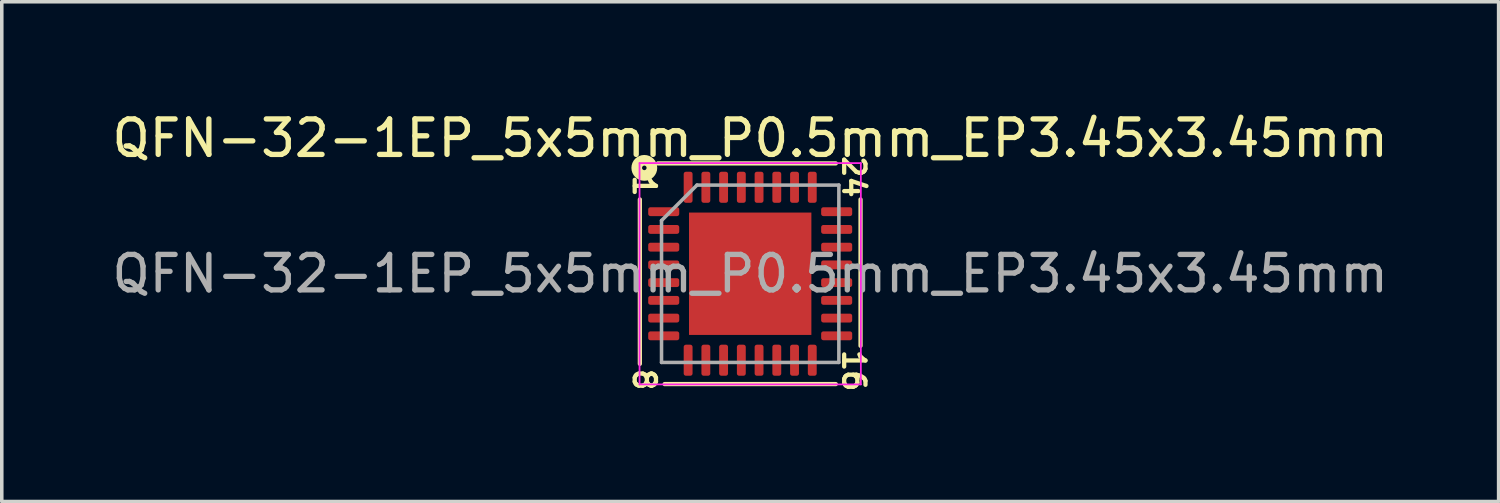
<source format=kicad_pcb>
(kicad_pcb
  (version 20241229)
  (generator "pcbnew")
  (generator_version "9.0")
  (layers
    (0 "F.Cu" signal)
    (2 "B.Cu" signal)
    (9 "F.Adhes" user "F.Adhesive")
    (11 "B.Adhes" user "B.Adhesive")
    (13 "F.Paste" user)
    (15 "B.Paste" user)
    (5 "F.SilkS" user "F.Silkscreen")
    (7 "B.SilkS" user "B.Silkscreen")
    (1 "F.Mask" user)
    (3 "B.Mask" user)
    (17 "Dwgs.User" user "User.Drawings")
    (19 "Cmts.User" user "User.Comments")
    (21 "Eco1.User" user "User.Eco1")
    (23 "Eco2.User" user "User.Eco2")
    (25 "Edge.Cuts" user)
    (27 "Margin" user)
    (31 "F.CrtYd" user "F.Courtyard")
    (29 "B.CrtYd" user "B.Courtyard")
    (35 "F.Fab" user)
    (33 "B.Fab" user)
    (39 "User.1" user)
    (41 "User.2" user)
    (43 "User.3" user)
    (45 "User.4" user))
  (footprint "QFN-32-1EP_5x5mm_P0.5mm_EP3.45x3.45mm"
    (layer "F.Cu")
    (at 18.101 4.668)
    (property "Reference" "QFN-32-1EP_5x5mm_P0.5mm_EP3.45x3.45mm" (at 0 -3.82 0) (layer "F.SilkS") (effects (font (size 1 1) (thickness 0.15))))
    (attr smd)
    (fp_line (start -3.111 -2.095) (end -3.111 2.54) (stroke (width 0.12) (type solid)) (layer "F.SilkS"))
    (fp_line (start -2.413 3.111) (end 2.413 3.111) (stroke (width 0.12) (type solid)) (layer "F.SilkS"))
    (fp_line (start 2.413 -3.111) (end -2.603 -3.111) (stroke (width 0.12) (type solid)) (layer "F.SilkS"))
    (fp_line (start 3.111 2.032) (end 3.111 -2.095) (stroke (width 0.12) (type solid)) (layer "F.SilkS"))
    (fp_circle (center -2.985 -2.985) (end -2.921 -2.985) (stroke (width 0.3) (type solid)) (fill no) (layer "F.SilkS"))
    (fp_line (start -3.12 -3.12) (end -3.12 3.12) (stroke (width 0.05) (type solid)) (layer "F.CrtYd"))
    (fp_line (start -3.12 3.12) (end 3.12 3.12) (stroke (width 0.05) (type solid)) (layer "F.CrtYd"))
    (fp_line (start 3.12 -3.12) (end -3.12 -3.12) (stroke (width 0.05) (type solid)) (layer "F.CrtYd"))
    (fp_line (start 3.12 3.12) (end 3.12 -3.12) (stroke (width 0.05) (type solid)) (layer "F.CrtYd"))
    (fp_line (start -2.5 -1.5) (end -1.5 -2.5) (stroke (width 0.1) (type solid)) (layer "F.Fab"))
    (fp_line (start -2.5 2.5) (end -2.5 -1.5) (stroke (width 0.1) (type solid)) (layer "F.Fab"))
    (fp_line (start -1.5 -2.5) (end 2.5 -2.5) (stroke (width 0.1) (type solid)) (layer "F.Fab"))
    (fp_line (start 2.5 -2.5) (end 2.5 2.5) (stroke (width 0.1) (type solid)) (layer "F.Fab"))
    (fp_line (start 2.5 2.5) (end -2.5 2.5) (stroke (width 0.1) (type solid)) (layer "F.Fab"))
    (fp_text user "8" (at -2.985 2.985 270) (unlocked yes) (layer "F.SilkS") (effects (font (size 0.6 0.6) (thickness 0.12))))
    (fp_text user "24" (at 2.921 -2.731 270) (unlocked yes) (layer "F.SilkS") (effects (font (size 0.6 0.6) (thickness 0.12))))
    (fp_text user "1" (at -2.985 -2.477 270) (unlocked yes) (layer "F.SilkS") (effects (font (size 0.6 0.6) (thickness 0.12))))
    (fp_text user "16" (at 2.921 2.731 270) (unlocked yes) (layer "F.SilkS") (effects (font (size 0.6 0.6) (thickness 0.12))))
    (fp_text user "${REFERENCE}" (at 0 0 0) (layer "F.Fab") (effects (font (size 1 1) (thickness 0.15))))
    (pad "" smd roundrect (at -1.15 -1.15) (size 0.93 0.93) (layers "F.Paste") (roundrect_rratio 0.25))
    (pad "" smd roundrect (at -1.15 0) (size 0.93 0.93) (layers "F.Paste") (roundrect_rratio 0.25))
    (pad "" smd roundrect (at -1.15 1.15) (size 0.93 0.93) (layers "F.Paste") (roundrect_rratio 0.25))
    (pad "" smd roundrect (at 0 -1.15) (size 0.93 0.93) (layers "F.Paste") (roundrect_rratio 0.25))
    (pad "" smd roundrect (at 0 0) (size 0.93 0.93) (layers "F.Paste") (roundrect_rratio 0.25))
    (pad "" smd roundrect (at 0 1.15) (size 0.93 0.93) (layers "F.Paste") (roundrect_rratio 0.25))
    (pad "" smd roundrect (at 1.15 -1.15) (size 0.93 0.93) (layers "F.Paste") (roundrect_rratio 0.25))
    (pad "" smd roundrect (at 1.15 0) (size 0.93 0.93) (layers "F.Paste") (roundrect_rratio 0.25))
    (pad "" smd roundrect (at 1.15 1.15) (size 0.93 0.93) (layers "F.Paste") (roundrect_rratio 0.25))
    (pad "1" smd roundrect (at -2.438 -1.75) (size 0.875 0.25) (layers "F.Cu" "F.Mask" "F.Paste") (roundrect_rratio 0.25))
    (pad "2" smd roundrect (at -2.438 -1.25) (size 0.875 0.25) (layers "F.Cu" "F.Mask" "F.Paste") (roundrect_rratio 0.25))
    (pad "3" smd roundrect (at -2.438 -0.75) (size 0.875 0.25) (layers "F.Cu" "F.Mask" "F.Paste") (roundrect_rratio 0.25))
    (pad "4" smd roundrect (at -2.438 -0.25) (size 0.875 0.25) (layers "F.Cu" "F.Mask" "F.Paste") (roundrect_rratio 0.25))
    (pad "5" smd roundrect (at -2.438 0.25) (size 0.875 0.25) (layers "F.Cu" "F.Mask" "F.Paste") (roundrect_rratio 0.25))
    (pad "6" smd roundrect (at -2.438 0.75) (size 0.875 0.25) (layers "F.Cu" "F.Mask" "F.Paste") (roundrect_rratio 0.25))
    (pad "7" smd roundrect (at -2.438 1.25) (size 0.875 0.25) (layers "F.Cu" "F.Mask" "F.Paste") (roundrect_rratio 0.25))
    (pad "8" smd roundrect (at -2.438 1.75) (size 0.875 0.25) (layers "F.Cu" "F.Mask" "F.Paste") (roundrect_rratio 0.25))
    (pad "9" smd roundrect (at -1.75 2.438) (size 0.25 0.875) (layers "F.Cu" "F.Mask" "F.Paste") (roundrect_rratio 0.25))
    (pad "10" smd roundrect (at -1.25 2.438) (size 0.25 0.875) (layers "F.Cu" "F.Mask" "F.Paste") (roundrect_rratio 0.25))
    (pad "11" smd roundrect (at -0.75 2.438) (size 0.25 0.875) (layers "F.Cu" "F.Mask" "F.Paste") (roundrect_rratio 0.25))
    (pad "12" smd roundrect (at -0.25 2.438) (size 0.25 0.875) (layers "F.Cu" "F.Mask" "F.Paste") (roundrect_rratio 0.25))
    (pad "13" smd roundrect (at 0.25 2.438) (size 0.25 0.875) (layers "F.Cu" "F.Mask" "F.Paste") (roundrect_rratio 0.25))
    (pad "14" smd roundrect (at 0.75 2.438) (size 0.25 0.875) (layers "F.Cu" "F.Mask" "F.Paste") (roundrect_rratio 0.25))
    (pad "15" smd roundrect (at 1.25 2.438) (size 0.25 0.875) (layers "F.Cu" "F.Mask" "F.Paste") (roundrect_rratio 0.25))
    (pad "16" smd roundrect (at 1.75 2.438) (size 0.25 0.875) (layers "F.Cu" "F.Mask" "F.Paste") (roundrect_rratio 0.25))
    (pad "17" smd roundrect (at 2.438 1.75) (size 0.875 0.25) (layers "F.Cu" "F.Mask" "F.Paste") (roundrect_rratio 0.25))
    (pad "18" smd roundrect (at 2.438 1.25) (size 0.875 0.25) (layers "F.Cu" "F.Mask" "F.Paste") (roundrect_rratio 0.25))
    (pad "19" smd roundrect (at 2.438 0.75) (size 0.875 0.25) (layers "F.Cu" "F.Mask" "F.Paste") (roundrect_rratio 0.25))
    (pad "20" smd roundrect (at 2.438 0.25) (size 0.875 0.25) (layers "F.Cu" "F.Mask" "F.Paste") (roundrect_rratio 0.25))
    (pad "21" smd roundrect (at 2.438 -0.25) (size 0.875 0.25) (layers "F.Cu" "F.Mask" "F.Paste") (roundrect_rratio 0.25))
    (pad "22" smd roundrect (at 2.438 -0.75) (size 0.875 0.25) (layers "F.Cu" "F.Mask" "F.Paste") (roundrect_rratio 0.25))
    (pad "23" smd roundrect (at 2.438 -1.25) (size 0.875 0.25) (layers "F.Cu" "F.Mask" "F.Paste") (roundrect_rratio 0.25))
    (pad "24" smd roundrect (at 2.438 -1.75) (size 0.875 0.25) (layers "F.Cu" "F.Mask" "F.Paste") (roundrect_rratio 0.25))
    (pad "25" smd roundrect (at 1.75 -2.438) (size 0.25 0.875) (layers "F.Cu" "F.Mask" "F.Paste") (roundrect_rratio 0.25))
    (pad "26" smd roundrect (at 1.25 -2.438) (size 0.25 0.875) (layers "F.Cu" "F.Mask" "F.Paste") (roundrect_rratio 0.25))
    (pad "27" smd roundrect (at 0.75 -2.438) (size 0.25 0.875) (layers "F.Cu" "F.Mask" "F.Paste") (roundrect_rratio 0.25))
    (pad "28" smd roundrect (at 0.25 -2.438) (size 0.25 0.875) (layers "F.Cu" "F.Mask" "F.Paste") (roundrect_rratio 0.25))
    (pad "29" smd roundrect (at -0.25 -2.438) (size 0.25 0.875) (layers "F.Cu" "F.Mask" "F.Paste") (roundrect_rratio 0.25))
    (pad "30" smd roundrect (at -0.75 -2.438) (size 0.25 0.875) (layers "F.Cu" "F.Mask" "F.Paste") (roundrect_rratio 0.25))
    (pad "31" smd roundrect (at -1.25 -2.438) (size 0.25 0.875) (layers "F.Cu" "F.Mask" "F.Paste") (roundrect_rratio 0.25))
    (pad "32" smd roundrect (at -1.75 -2.438) (size 0.25 0.875) (layers "F.Cu" "F.Mask" "F.Paste") (roundrect_rratio 0.25))
    (pad "33" smd rect (at 0 0) (size 3.45 3.45) (layers "F.Cu" "F.Mask")))
  (gr_rect
    (start -3 -3)
    (end 39.202 11.09)
    (stroke (width 0.1) (type default))
    (fill no)
    (layer "Edge.Cuts")))
</source>
